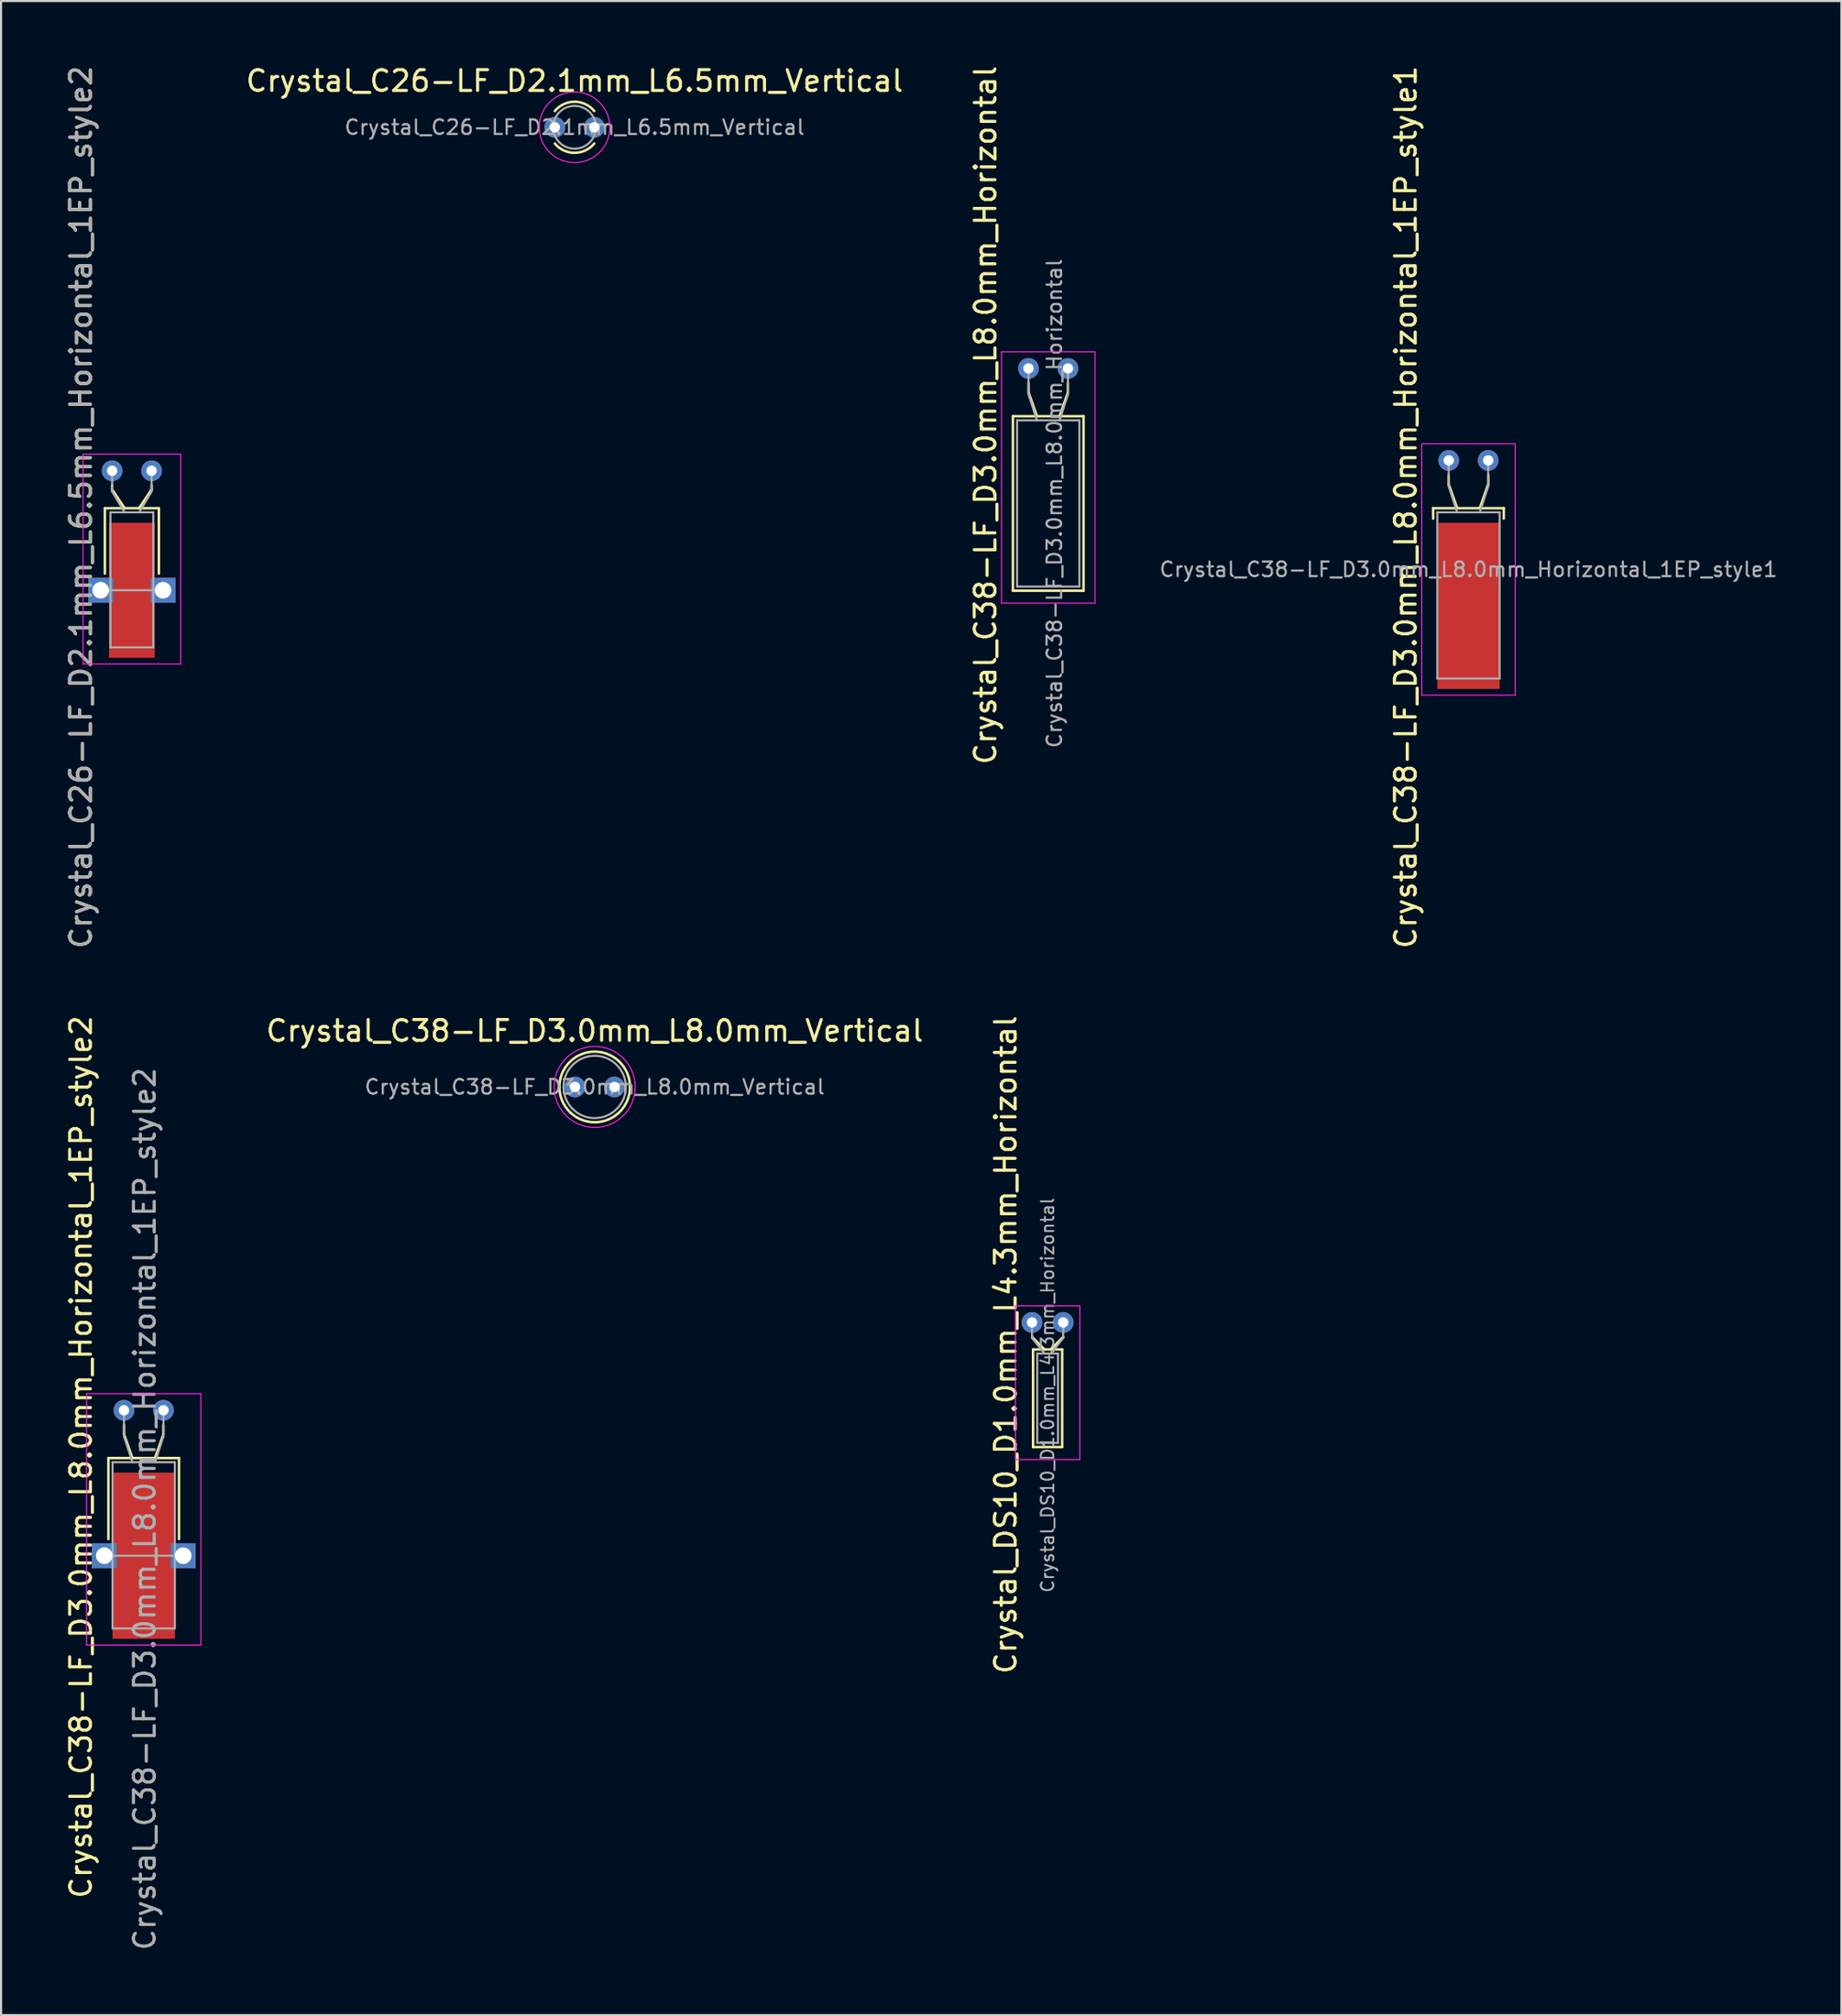
<source format=kicad_pcb>
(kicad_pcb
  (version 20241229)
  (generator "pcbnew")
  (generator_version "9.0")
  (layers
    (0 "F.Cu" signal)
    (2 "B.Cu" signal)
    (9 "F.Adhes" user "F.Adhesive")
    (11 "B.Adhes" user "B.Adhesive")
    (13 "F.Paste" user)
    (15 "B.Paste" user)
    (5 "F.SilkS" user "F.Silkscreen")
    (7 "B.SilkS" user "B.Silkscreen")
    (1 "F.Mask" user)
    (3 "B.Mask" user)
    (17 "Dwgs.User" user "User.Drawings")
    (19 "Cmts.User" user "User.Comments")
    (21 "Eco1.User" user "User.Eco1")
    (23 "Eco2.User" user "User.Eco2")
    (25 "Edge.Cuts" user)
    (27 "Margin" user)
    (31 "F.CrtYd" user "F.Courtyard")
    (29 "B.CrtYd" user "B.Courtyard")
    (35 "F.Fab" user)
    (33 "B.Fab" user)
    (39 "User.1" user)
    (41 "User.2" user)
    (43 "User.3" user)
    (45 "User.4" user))
  (footprint "Crystal_C26-LF_D2.1mm_L6.5mm_Vertical"
    (layer "F.Cu")
    (at 23.658 3.078)
    (property "Reference" "Crystal_C26-LF_D2.1mm_L6.5mm_Vertical" (at 0.95 -2.23 0) (layer "F.SilkS") (effects (font (size 1 1) (thickness 0.15))))
    (attr through_hole)
    (fp_arc (start 0 -0.781281) (mid 0.949655 -1.23) (end 1.899561 -0.781814) (stroke (width 0.12) (type solid)) (layer "F.SilkS"))
    (fp_arc (start 1.899561 0.781814) (mid 0.949655 1.23) (end 0 0.781281) (stroke (width 0.12) (type solid)) (layer "F.SilkS"))
    (fp_circle (center 0.95 0) (end 2.65 0) (stroke (width 0.05) (type solid)) (fill no) (layer "F.CrtYd"))
    (fp_circle (center 0.95 0) (end 1.98 0) (stroke (width 0.1) (type solid)) (fill no) (layer "F.Fab"))
    (fp_text user "${REFERENCE}" (at 0.95 0 0) (layer "F.Fab") (effects (font (size 0.7 0.7) (thickness 0.105))))
    (pad "1" thru_hole circle (at 0 0) (size 1 1) (drill 0.5) (layers "*.Cu" "*.Mask"))
    (pad "2" thru_hole circle (at 1.9 0) (size 1 1) (drill 0.5) (layers "*.Cu" "*.Mask")))
  (footprint "Crystal_C38-LF_D3.0mm_L8.0mm_Horizontal_1EP_style2"
    (layer "F.Cu")
    (at 2.918 64.839)
    (property "Reference" "Crystal_C38-LF_D3.0mm_L8.0mm_Horizontal_1EP_style2" (at -2.07 2.25 90) (layer "F.SilkS") (effects (font (size 1 1) (thickness 0.15))))
    (attr through_hole)
    (fp_line (start -0.75 2.3) (end 2.65 2.3) (stroke (width 0.12) (type solid)) (layer "F.SilkS"))
    (fp_line (start -0.75 6.2) (end -0.75 2.3) (stroke (width 0.12) (type solid)) (layer "F.SilkS"))
    (fp_line (start 0 1.15) (end 0 0.7) (stroke (width 0.12) (type solid)) (layer "F.SilkS"))
    (fp_line (start 0.405 2.3) (end 0 1.15) (stroke (width 0.12) (type solid)) (layer "F.SilkS"))
    (fp_line (start 1.495 2.3) (end 1.9 1.15) (stroke (width 0.12) (type solid)) (layer "F.SilkS"))
    (fp_line (start 1.9 1.15) (end 1.9 0.7) (stroke (width 0.12) (type solid)) (layer "F.SilkS"))
    (fp_line (start 2.65 2.3) (end 2.65 6.2) (stroke (width 0.12) (type solid)) (layer "F.SilkS"))
    (fp_line (start -1.8 -0.8) (end -1.8 11.3) (stroke (width 0.05) (type solid)) (layer "F.CrtYd"))
    (fp_line (start -1.8 11.3) (end 3.7 11.3) (stroke (width 0.05) (type solid)) (layer "F.CrtYd"))
    (fp_line (start 3.7 -0.8) (end -1.8 -0.8) (stroke (width 0.05) (type solid)) (layer "F.CrtYd"))
    (fp_line (start 3.7 11.3) (end 3.7 -0.8) (stroke (width 0.05) (type solid)) (layer "F.CrtYd"))
    (fp_line (start -0.95 7) (end 2.85 7) (stroke (width 0.1) (type solid)) (layer "F.Fab"))
    (fp_line (start -0.55 2.5) (end -0.55 10.5) (stroke (width 0.1) (type solid)) (layer "F.Fab"))
    (fp_line (start -0.55 10.5) (end 2.45 10.5) (stroke (width 0.1) (type solid)) (layer "F.Fab"))
    (fp_line (start 0 1.25) (end 0 0) (stroke (width 0.1) (type solid)) (layer "F.Fab"))
    (fp_line (start 0.405 2.5) (end 0 1.25) (stroke (width 0.1) (type solid)) (layer "F.Fab"))
    (fp_line (start 1.495 2.5) (end 1.9 1.25) (stroke (width 0.1) (type solid)) (layer "F.Fab"))
    (fp_line (start 1.9 1.25) (end 1.9 0) (stroke (width 0.1) (type solid)) (layer "F.Fab"))
    (fp_line (start 2.45 2.5) (end -0.55 2.5) (stroke (width 0.1) (type solid)) (layer "F.Fab"))
    (fp_line (start 2.45 10.5) (end 2.45 2.5) (stroke (width 0.1) (type solid)) (layer "F.Fab"))
    (fp_text user "${REFERENCE}" (at 1 4.75 90) (layer "F.Fab") (effects (font (size 1 1) (thickness 0.15))))
    (pad "1" thru_hole circle (at 0 0) (size 1 1) (drill 0.5) (layers "*.Cu" "*.Mask"))
    (pad "2" thru_hole circle (at 1.9 0) (size 1 1) (drill 0.5) (layers "*.Cu" "*.Mask"))
    (pad "3" thru_hole rect (at -0.95 7) (size 1.2 1.2) (drill 0.8) (layers "*.Cu" "*.Mask"))
    (pad "3" smd rect (at 0.95 7) (size 3 8) (layers "F.Cu" "F.Mask" "F.Paste"))
    (pad "3" thru_hole rect (at 2.85 7) (size 1.2 1.2) (drill 0.8) (layers "*.Cu" "*.Mask")))
  (footprint "Crystal_C38-LF_D3.0mm_L8.0mm_Vertical"
    (layer "F.Cu")
    (at 24.628 49.274)
    (property "Reference" "Crystal_C38-LF_D3.0mm_L8.0mm_Vertical" (at 0.95 -2.7 0) (layer "F.SilkS") (effects (font (size 1 1) (thickness 0.15))))
    (attr through_hole)
    (fp_arc (start -0.75 0) (mid 0.95 -1.7) (end 2.65 0) (stroke (width 0.12) (type solid)) (layer "F.SilkS"))
    (fp_arc (start 2.65 0) (mid 0.95 1.7) (end -0.75 0) (stroke (width 0.12) (type solid)) (layer "F.SilkS"))
    (fp_circle (center 0.95 0) (end 2.9 0) (stroke (width 0.05) (type solid)) (fill no) (layer "F.CrtYd"))
    (fp_circle (center 0.95 0) (end 2.45 0) (stroke (width 0.1) (type solid)) (fill no) (layer "F.Fab"))
    (fp_text user "${REFERENCE}" (at 0.95 0 0) (layer "F.Fab") (effects (font (size 0.7 0.7) (thickness 0.105))))
    (pad "1" thru_hole circle (at 0 0) (size 1 1) (drill 0.5) (layers "*.Cu" "*.Mask"))
    (pad "2" thru_hole circle (at 1.9 0) (size 1 1) (drill 0.5) (layers "*.Cu" "*.Mask")))
  (footprint "Crystal_C38-LF_D3.0mm_L8.0mm_Horizontal"
    (layer "F.Cu")
    (at 46.461 14.685)
    (property "Reference" "Crystal_C38-LF_D3.0mm_L8.0mm_Horizontal" (at -2.07 2.25 90) (layer "F.SilkS") (effects (font (size 1 1) (thickness 0.15))))
    (attr through_hole)
    (fp_line (start -0.75 2.3) (end -0.75 10.7) (stroke (width 0.12) (type solid)) (layer "F.SilkS"))
    (fp_line (start -0.75 10.7) (end 2.65 10.7) (stroke (width 0.12) (type solid)) (layer "F.SilkS"))
    (fp_line (start 0 1.15) (end 0 0.7) (stroke (width 0.12) (type solid)) (layer "F.SilkS"))
    (fp_line (start 0.405 2.3) (end 0 1.15) (stroke (width 0.12) (type solid)) (layer "F.SilkS"))
    (fp_line (start 1.495 2.3) (end 1.9 1.15) (stroke (width 0.12) (type solid)) (layer "F.SilkS"))
    (fp_line (start 1.9 1.15) (end 1.9 0.7) (stroke (width 0.12) (type solid)) (layer "F.SilkS"))
    (fp_line (start 2.65 2.3) (end -0.75 2.3) (stroke (width 0.12) (type solid)) (layer "F.SilkS"))
    (fp_line (start 2.65 10.7) (end 2.65 2.3) (stroke (width 0.12) (type solid)) (layer "F.SilkS"))
    (fp_line (start -1.3 -0.8) (end -1.3 11.3) (stroke (width 0.05) (type solid)) (layer "F.CrtYd"))
    (fp_line (start -1.3 11.3) (end 3.2 11.3) (stroke (width 0.05) (type solid)) (layer "F.CrtYd"))
    (fp_line (start 3.2 -0.8) (end -1.3 -0.8) (stroke (width 0.05) (type solid)) (layer "F.CrtYd"))
    (fp_line (start 3.2 11.3) (end 3.2 -0.8) (stroke (width 0.05) (type solid)) (layer "F.CrtYd"))
    (fp_line (start -0.55 2.5) (end -0.55 10.5) (stroke (width 0.1) (type solid)) (layer "F.Fab"))
    (fp_line (start -0.55 10.5) (end 2.45 10.5) (stroke (width 0.1) (type solid)) (layer "F.Fab"))
    (fp_line (start 0 1.25) (end 0 0) (stroke (width 0.1) (type solid)) (layer "F.Fab"))
    (fp_line (start 0.405 2.5) (end 0 1.25) (stroke (width 0.1) (type solid)) (layer "F.Fab"))
    (fp_line (start 1.495 2.5) (end 1.9 1.25) (stroke (width 0.1) (type solid)) (layer "F.Fab"))
    (fp_line (start 1.9 1.25) (end 1.9 0) (stroke (width 0.1) (type solid)) (layer "F.Fab"))
    (fp_line (start 2.45 2.5) (end -0.55 2.5) (stroke (width 0.1) (type solid)) (layer "F.Fab"))
    (fp_line (start 2.45 10.5) (end 2.45 2.5) (stroke (width 0.1) (type solid)) (layer "F.Fab"))
    (fp_text user "${REFERENCE}" (at 1.25 6.5 90) (layer "F.Fab") (effects (font (size 0.7 0.7) (thickness 0.105))))
    (pad "1" thru_hole circle (at 0 0) (size 1 1) (drill 0.5) (layers "*.Cu" "*.Mask"))
    (pad "2" thru_hole circle (at 1.9 0) (size 1 1) (drill 0.5) (layers "*.Cu" "*.Mask")))
  (footprint "Crystal_DS10_D1.0mm_L4.3mm_Horizontal"
    (layer "F.Cu")
    (at 46.631 60.61)
    (property "Reference" "Crystal_DS10_D1.0mm_L4.3mm_Horizontal" (at -1.27 1.075 90) (layer "F.SilkS") (effects (font (size 1 1) (thickness 0.15))))
    (attr through_hole)
    (fp_line (start 0 0.7) (end 0 0.7) (stroke (width 0.12) (type solid)) (layer "F.SilkS"))
    (fp_line (start 0.05 1.3) (end 0.05 6) (stroke (width 0.12) (type solid)) (layer "F.SilkS"))
    (fp_line (start 0.05 6) (end 1.45 6) (stroke (width 0.12) (type solid)) (layer "F.SilkS"))
    (fp_line (start 0.6 1.3) (end 0 0.7) (stroke (width 0.12) (type solid)) (layer "F.SilkS"))
    (fp_line (start 0.9 1.3) (end 1.5 0.7) (stroke (width 0.12) (type solid)) (layer "F.SilkS"))
    (fp_line (start 1.45 1.3) (end 0.05 1.3) (stroke (width 0.12) (type solid)) (layer "F.SilkS"))
    (fp_line (start 1.45 6) (end 1.45 1.3) (stroke (width 0.12) (type solid)) (layer "F.SilkS"))
    (fp_line (start 1.5 0.7) (end 1.5 0.7) (stroke (width 0.12) (type solid)) (layer "F.SilkS"))
    (fp_line (start -0.8 -0.8) (end -0.8 6.6) (stroke (width 0.05) (type solid)) (layer "F.CrtYd"))
    (fp_line (start -0.8 6.6) (end 2.3 6.6) (stroke (width 0.05) (type solid)) (layer "F.CrtYd"))
    (fp_line (start 2.3 -0.8) (end -0.8 -0.8) (stroke (width 0.05) (type solid)) (layer "F.CrtYd"))
    (fp_line (start 2.3 6.6) (end 2.3 -0.8) (stroke (width 0.05) (type solid)) (layer "F.CrtYd"))
    (fp_line (start 0 0.75) (end 0 0) (stroke (width 0.1) (type solid)) (layer "F.Fab"))
    (fp_line (start 0.25 1.5) (end 0.25 5.8) (stroke (width 0.1) (type solid)) (layer "F.Fab"))
    (fp_line (start 0.25 5.8) (end 1.25 5.8) (stroke (width 0.1) (type solid)) (layer "F.Fab"))
    (fp_line (start 0.6 1.5) (end 0 0.75) (stroke (width 0.1) (type solid)) (layer "F.Fab"))
    (fp_line (start 0.9 1.5) (end 1.5 0.75) (stroke (width 0.1) (type solid)) (layer "F.Fab"))
    (fp_line (start 1.25 1.5) (end 0.25 1.5) (stroke (width 0.1) (type solid)) (layer "F.Fab"))
    (fp_line (start 1.25 5.8) (end 1.25 1.5) (stroke (width 0.1) (type solid)) (layer "F.Fab"))
    (fp_line (start 1.5 0.75) (end 1.5 0) (stroke (width 0.1) (type solid)) (layer "F.Fab"))
    (fp_text user "${REFERENCE}" (at 0.75 3.5 90) (layer "F.Fab") (effects (font (size 0.6 0.6) (thickness 0.09))))
    (pad "1" thru_hole circle (at 0 0) (size 1 1) (drill 0.5) (layers "*.Cu" "*.Mask"))
    (pad "2" thru_hole circle (at 1.5 0) (size 1 1) (drill 0.5) (layers "*.Cu" "*.Mask")))
  (footprint "Crystal_C38-LF_D3.0mm_L8.0mm_Horizontal_1EP_style1"
    (layer "F.Cu")
    (at 66.69 19.113)
    (property "Reference" "Crystal_C38-LF_D3.0mm_L8.0mm_Horizontal_1EP_style1" (at -2.07 2.25 90) (layer "F.SilkS") (effects (font (size 1 1) (thickness 0.15))))
    (attr through_hole)
    (fp_line (start -0.75 2.3) (end 2.65 2.3) (stroke (width 0.12) (type solid)) (layer "F.SilkS"))
    (fp_line (start -0.75 2.8) (end -0.75 2.3) (stroke (width 0.12) (type solid)) (layer "F.SilkS"))
    (fp_line (start 0 1.15) (end 0 0.7) (stroke (width 0.12) (type solid)) (layer "F.SilkS"))
    (fp_line (start 0.405 2.3) (end 0 1.15) (stroke (width 0.12) (type solid)) (layer "F.SilkS"))
    (fp_line (start 1.495 2.3) (end 1.9 1.15) (stroke (width 0.12) (type solid)) (layer "F.SilkS"))
    (fp_line (start 1.9 1.15) (end 1.9 0.7) (stroke (width 0.12) (type solid)) (layer "F.SilkS"))
    (fp_line (start 2.65 2.3) (end 2.65 2.8) (stroke (width 0.12) (type solid)) (layer "F.SilkS"))
    (fp_line (start -1.3 -0.8) (end -1.3 11.3) (stroke (width 0.05) (type solid)) (layer "F.CrtYd"))
    (fp_line (start -1.3 11.3) (end 3.2 11.3) (stroke (width 0.05) (type solid)) (layer "F.CrtYd"))
    (fp_line (start 3.2 -0.8) (end -1.3 -0.8) (stroke (width 0.05) (type solid)) (layer "F.CrtYd"))
    (fp_line (start 3.2 11.3) (end 3.2 -0.8) (stroke (width 0.05) (type solid)) (layer "F.CrtYd"))
    (fp_line (start -0.55 2.5) (end -0.55 10.5) (stroke (width 0.1) (type solid)) (layer "F.Fab"))
    (fp_line (start -0.55 10.5) (end 2.45 10.5) (stroke (width 0.1) (type solid)) (layer "F.Fab"))
    (fp_line (start 0 1.25) (end 0 0) (stroke (width 0.1) (type solid)) (layer "F.Fab"))
    (fp_line (start 0.405 2.5) (end 0 1.25) (stroke (width 0.1) (type solid)) (layer "F.Fab"))
    (fp_line (start 1.495 2.5) (end 1.9 1.25) (stroke (width 0.1) (type solid)) (layer "F.Fab"))
    (fp_line (start 1.9 1.25) (end 1.9 0) (stroke (width 0.1) (type solid)) (layer "F.Fab"))
    (fp_line (start 2.45 2.5) (end -0.55 2.5) (stroke (width 0.1) (type solid)) (layer "F.Fab"))
    (fp_line (start 2.45 10.5) (end 2.45 2.5) (stroke (width 0.1) (type solid)) (layer "F.Fab"))
    (fp_text user "${REFERENCE}" (at 0.95 5.25 0) (layer "F.Fab") (effects (font (size 0.7 0.7) (thickness 0.105))))
    (pad "1" thru_hole circle (at 0 0) (size 1 1) (drill 0.5) (layers "*.Cu" "*.Mask"))
    (pad "2" thru_hole circle (at 1.9 0) (size 1 1) (drill 0.5) (layers "*.Cu" "*.Mask"))
    (pad "3" smd rect (at 0.95 7) (size 3 8) (layers "F.Cu" "F.Mask" "F.Paste")))
  (footprint "Crystal_C26-LF_D2.1mm_L6.5mm_Horizontal_1EP_style2"
    (layer "F.Cu")
    (at 2.348 19.613)
    (property "Reference" "Crystal_C26-LF_D2.1mm_L6.5mm_Horizontal_1EP_style2" (at -1.5 1.75 90) (layer "F.SilkS") (effects (font (size 1 1) (thickness 0.15))))
    (attr through_hole)
    (fp_line (start -0.35 1.8) (end 2.25 1.8) (stroke (width 0.12) (type solid)) (layer "F.SilkS"))
    (fp_line (start -0.35 4.95) (end -0.35 1.8) (stroke (width 0.12) (type solid)) (layer "F.SilkS"))
    (fp_line (start 0 0.9) (end 0 0.7) (stroke (width 0.12) (type solid)) (layer "F.SilkS"))
    (fp_line (start 0.6 1.8) (end 0 0.9) (stroke (width 0.12) (type solid)) (layer "F.SilkS"))
    (fp_line (start 1.3 1.8) (end 1.9 0.9) (stroke (width 0.12) (type solid)) (layer "F.SilkS"))
    (fp_line (start 1.9 0.9) (end 1.9 0.7) (stroke (width 0.12) (type solid)) (layer "F.SilkS"))
    (fp_line (start 2.25 1.8) (end 2.25 4.95) (stroke (width 0.12) (type solid)) (layer "F.SilkS"))
    (fp_line (start -1.4 -0.8) (end -1.4 9.3) (stroke (width 0.05) (type solid)) (layer "F.CrtYd"))
    (fp_line (start -1.4 9.3) (end 3.3 9.3) (stroke (width 0.05) (type solid)) (layer "F.CrtYd"))
    (fp_line (start 3.3 -0.8) (end -1.4 -0.8) (stroke (width 0.05) (type solid)) (layer "F.CrtYd"))
    (fp_line (start 3.3 9.3) (end 3.3 -0.8) (stroke (width 0.05) (type solid)) (layer "F.CrtYd"))
    (fp_line (start -0.55 5.75) (end 2.45 5.75) (stroke (width 0.1) (type solid)) (layer "F.Fab"))
    (fp_line (start -0.08 2) (end -0.08 8.5) (stroke (width 0.1) (type solid)) (layer "F.Fab"))
    (fp_line (start -0.08 8.5) (end 1.98 8.5) (stroke (width 0.1) (type solid)) (layer "F.Fab"))
    (fp_line (start 0 1) (end 0 0) (stroke (width 0.1) (type solid)) (layer "F.Fab"))
    (fp_line (start 0.6 2) (end 0 1) (stroke (width 0.1) (type solid)) (layer "F.Fab"))
    (fp_line (start 1.3 2) (end 1.9 1) (stroke (width 0.1) (type solid)) (layer "F.Fab"))
    (fp_line (start 1.9 1) (end 1.9 0) (stroke (width 0.1) (type solid)) (layer "F.Fab"))
    (fp_line (start 1.98 2) (end -0.08 2) (stroke (width 0.1) (type solid)) (layer "F.Fab"))
    (fp_line (start 1.98 8.5) (end 1.98 2) (stroke (width 0.1) (type solid)) (layer "F.Fab"))
    (fp_text user "${REFERENCE}" (at -1.5 1.75 90) (layer "F.Fab") (effects (font (size 1 1) (thickness 0.15))))
    (pad "1" thru_hole circle (at 0 0) (size 1 1) (drill 0.5) (layers "*.Cu" "*.Mask"))
    (pad "2" thru_hole circle (at 1.9 0) (size 1 1) (drill 0.5) (layers "*.Cu" "*.Mask"))
    (pad "3" thru_hole rect (at -0.55 5.75) (size 1.2 1.2) (drill 0.8) (layers "*.Cu" "*.Mask"))
    (pad "3" smd rect (at 0.95 5.75) (size 2.2 6.5) (layers "F.Cu" "F.Mask" "F.Paste"))
    (pad "3" thru_hole rect (at 2.45 5.75) (size 1.2 1.2) (drill 0.8) (layers "*.Cu" "*.Mask")))
  (gr_rect
    (start -3 -3)
    (end 85.594 93.952)
    (stroke (width 0.1) (type default))
    (fill no)
    (layer "Edge.Cuts")))
</source>
